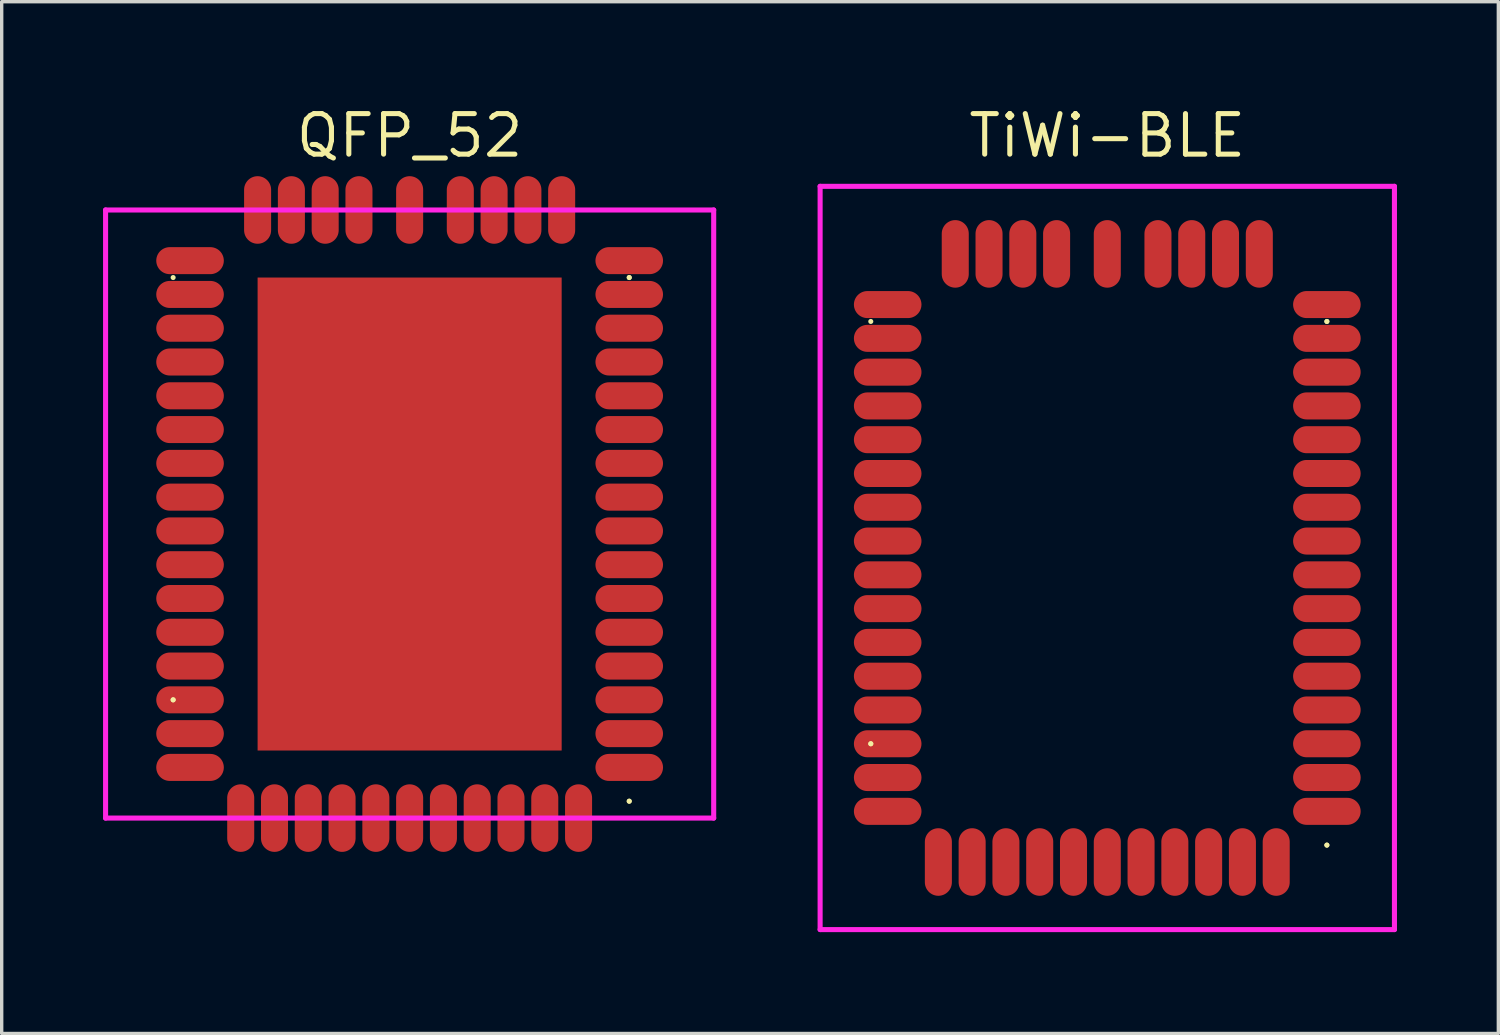
<source format=kicad_pcb>
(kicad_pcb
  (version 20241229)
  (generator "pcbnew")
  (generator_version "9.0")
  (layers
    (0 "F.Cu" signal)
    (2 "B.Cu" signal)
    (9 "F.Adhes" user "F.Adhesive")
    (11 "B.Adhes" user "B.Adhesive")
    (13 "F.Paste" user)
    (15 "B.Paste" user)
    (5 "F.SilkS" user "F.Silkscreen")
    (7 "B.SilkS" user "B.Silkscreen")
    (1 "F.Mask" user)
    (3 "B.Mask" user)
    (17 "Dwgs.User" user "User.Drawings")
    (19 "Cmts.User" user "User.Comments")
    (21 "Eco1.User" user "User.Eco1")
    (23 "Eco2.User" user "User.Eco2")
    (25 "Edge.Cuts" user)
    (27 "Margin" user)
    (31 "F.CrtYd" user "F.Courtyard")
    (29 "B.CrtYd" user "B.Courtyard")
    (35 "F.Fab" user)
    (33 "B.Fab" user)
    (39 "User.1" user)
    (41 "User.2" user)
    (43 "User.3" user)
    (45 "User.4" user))
  (footprint "QFP_52"
    (layer "F.Cu")
    (at 9.075 12.165)
    (property "Reference" "QFP_52" (at 0 -11.2 0) (layer "F.SilkS") (effects (font (size 1.2 1.2) (thickness 0.15))))
    (attr through_hole)
    (fp_line (start -7 -7) (end -7 -7) (stroke (width 0.15) (type solid)) (layer "F.SilkS"))
    (fp_line (start -7 5.5) (end -7 5.5) (stroke (width 0.15) (type solid)) (layer "F.SilkS"))
    (fp_line (start -7 5.5) (end -7 5.5) (stroke (width 0.15) (type solid)) (layer "F.SilkS"))
    (fp_line (start 6.5 -7) (end 6.5 -7) (stroke (width 0.15) (type solid)) (layer "F.SilkS"))
    (fp_line (start 6.5 -7) (end 6.5 -7) (stroke (width 0.15) (type solid)) (layer "F.SilkS"))
    (fp_line (start 6.5 8.5) (end 6.5 8.5) (stroke (width 0.15) (type solid)) (layer "F.SilkS"))
    (fp_line (start 6.5 8.5) (end 6.5 8.5) (stroke (width 0.15) (type solid)) (layer "F.SilkS"))
    (fp_line (start -9 -9) (end 9 -9) (stroke (width 0.15) (type solid)) (layer "F.CrtYd"))
    (fp_line (start -9 9) (end -9 -9) (stroke (width 0.15) (type solid)) (layer "F.CrtYd"))
    (fp_line (start 9 -9) (end 9 9) (stroke (width 0.15) (type solid)) (layer "F.CrtYd"))
    (fp_line (start 9 9) (end -9 9) (stroke (width 0.15) (type solid)) (layer "F.CrtYd"))
    (pad "" smd rect (at 0 0) (size 9 14) (layers "F.Cu" "F.Mask" "F.Paste"))
    (pad "1" smd oval (at -6.5 -7.5 90) (size 0.8 2) (layers "F.Cu" "F.Mask" "F.Paste"))
    (pad "2" smd oval (at -6.5 -6.5 90) (size 0.8 2) (layers "F.Cu" "F.Mask" "F.Paste"))
    (pad "3" smd oval (at -6.5 -5.5 90) (size 0.8 2) (layers "F.Cu" "F.Mask" "F.Paste"))
    (pad "4" smd oval (at -6.5 -4.5 90) (size 0.8 2) (layers "F.Cu" "F.Mask" "F.Paste"))
    (pad "5" smd oval (at -6.5 -3.5 90) (size 0.8 2) (layers "F.Cu" "F.Mask" "F.Paste"))
    (pad "6" smd oval (at -6.5 -2.5 90) (size 0.8 2) (layers "F.Cu" "F.Mask" "F.Paste"))
    (pad "7" smd oval (at -6.5 -1.5 90) (size 0.8 2) (layers "F.Cu" "F.Mask" "F.Paste"))
    (pad "8" smd oval (at -6.5 -0.5 90) (size 0.8 2) (layers "F.Cu" "F.Mask" "F.Paste"))
    (pad "9" smd oval (at -6.5 0.5 90) (size 0.8 2) (layers "F.Cu" "F.Mask" "F.Paste"))
    (pad "10" smd oval (at -6.5 1.5 90) (size 0.8 2) (layers "F.Cu" "F.Mask" "F.Paste"))
    (pad "11" smd oval (at -6.5 2.5 90) (size 0.8 2) (layers "F.Cu" "F.Mask" "F.Paste"))
    (pad "12" smd oval (at -6.5 3.5 90) (size 0.8 2) (layers "F.Cu" "F.Mask" "F.Paste"))
    (pad "13" smd oval (at -6.5 4.5 90) (size 0.8 2) (layers "F.Cu" "F.Mask" "F.Paste"))
    (pad "14" smd oval (at -6.5 5.5 90) (size 0.8 2) (layers "F.Cu" "F.Mask" "F.Paste"))
    (pad "15" smd oval (at -6.5 6.5 90) (size 0.8 2) (layers "F.Cu" "F.Mask" "F.Paste"))
    (pad "16" smd oval (at -6.5 7.5 90) (size 0.8 2) (layers "F.Cu" "F.Mask" "F.Paste"))
    (pad "17" smd oval (at -5 9) (size 0.8 2) (layers "F.Cu" "F.Mask" "F.Paste"))
    (pad "18" smd oval (at -4 9) (size 0.8 2) (layers "F.Cu" "F.Mask" "F.Paste"))
    (pad "19" smd oval (at -3 9) (size 0.8 2) (layers "F.Cu" "F.Mask" "F.Paste"))
    (pad "20" smd oval (at -2 9) (size 0.8 2) (layers "F.Cu" "F.Mask" "F.Paste"))
    (pad "21" smd oval (at -1 9) (size 0.8 2) (layers "F.Cu" "F.Mask" "F.Paste"))
    (pad "22" smd oval (at 0 9) (size 0.8 2) (layers "F.Cu" "F.Mask" "F.Paste"))
    (pad "23" smd oval (at 1 9) (size 0.8 2) (layers "F.Cu" "F.Mask" "F.Paste"))
    (pad "24" smd oval (at 2 9) (size 0.8 2) (layers "F.Cu" "F.Mask" "F.Paste"))
    (pad "25" smd oval (at 3 9) (size 0.8 2) (layers "F.Cu" "F.Mask" "F.Paste"))
    (pad "26" smd oval (at 4 9) (size 0.8 2) (layers "F.Cu" "F.Mask" "F.Paste"))
    (pad "27" smd oval (at 5 9 180) (size 0.8 2) (layers "F.Cu" "F.Mask" "F.Paste"))
    (pad "28" smd oval (at 6.5 7.5 90) (size 0.8 2) (layers "F.Cu" "F.Mask" "F.Paste"))
    (pad "29" smd oval (at 6.5 6.5 90) (size 0.8 2) (layers "F.Cu" "F.Mask" "F.Paste"))
    (pad "30" smd oval (at 6.5 5.5 90) (size 0.8 2) (layers "F.Cu" "F.Mask" "F.Paste"))
    (pad "31" smd oval (at 6.5 4.5 90) (size 0.8 2) (layers "F.Cu" "F.Mask" "F.Paste"))
    (pad "32" smd oval (at 6.5 3.5 90) (size 0.8 2) (layers "F.Cu" "F.Mask" "F.Paste"))
    (pad "33" smd oval (at 6.5 2.5 90) (size 0.8 2) (layers "F.Cu" "F.Mask" "F.Paste"))
    (pad "34" smd oval (at 6.5 1.5 90) (size 0.8 2) (layers "F.Cu" "F.Mask" "F.Paste"))
    (pad "35" smd oval (at 6.5 0.5 90) (size 0.8 2) (layers "F.Cu" "F.Mask" "F.Paste"))
    (pad "36" smd oval (at 6.5 -0.5 90) (size 0.8 2) (layers "F.Cu" "F.Mask" "F.Paste"))
    (pad "37" smd oval (at 6.5 -1.5 90) (size 0.8 2) (layers "F.Cu" "F.Mask" "F.Paste"))
    (pad "38" smd oval (at 6.5 -2.5 90) (size 0.8 2) (layers "F.Cu" "F.Mask" "F.Paste"))
    (pad "39" smd oval (at 6.5 -3.5 90) (size 0.8 2) (layers "F.Cu" "F.Mask" "F.Paste"))
    (pad "40" smd oval (at 6.5 -4.5 270) (size 0.8 2) (layers "F.Cu" "F.Mask" "F.Paste"))
    (pad "41" smd oval (at 6.5 -5.5 270) (size 0.8 2) (layers "F.Cu" "F.Mask" "F.Paste"))
    (pad "42" smd oval (at 6.5 -6.5 270) (size 0.8 2) (layers "F.Cu" "F.Mask" "F.Paste"))
    (pad "43" smd oval (at 6.5 -7.5 270) (size 0.8 2) (layers "F.Cu" "F.Mask" "F.Paste"))
    (pad "44" smd oval (at 4.5 -9) (size 0.8 2) (layers "F.Cu" "F.Mask" "F.Paste"))
    (pad "45" smd oval (at 3.5 -9) (size 0.8 2) (layers "F.Cu" "F.Mask" "F.Paste"))
    (pad "46" smd oval (at 2.5 -9) (size 0.8 2) (layers "F.Cu" "F.Mask" "F.Paste"))
    (pad "47" smd oval (at 1.5 -9) (size 0.8 2) (layers "F.Cu" "F.Mask" "F.Paste"))
    (pad "48" smd oval (at 0 -9) (size 0.8 2) (layers "F.Cu" "F.Mask" "F.Paste"))
    (pad "49" smd oval (at -1.5 -9) (size 0.8 2) (layers "F.Cu" "F.Mask" "F.Paste"))
    (pad "50" smd oval (at -2.5 -9) (size 0.8 2) (layers "F.Cu" "F.Mask" "F.Paste"))
    (pad "51" smd oval (at -3.5 -9) (size 0.8 2) (layers "F.Cu" "F.Mask" "F.Paste"))
    (pad "52" smd oval (at -4.5 -9) (size 0.8 2) (layers "F.Cu" "F.Mask" "F.Paste")))
  (footprint "TiWi-BLE"
    (layer "F.Cu")
    (at 29.725 13.465)
    (property "Reference" "TiWi-BLE" (at 0 -12.5 0) (layer "F.SilkS") (effects (font (size 1.2 1.2) (thickness 0.15))))
    (attr through_hole)
    (fp_line (start -7 -7) (end -7 -7) (stroke (width 0.15) (type solid)) (layer "F.SilkS"))
    (fp_line (start -7 5.5) (end -7 5.5) (stroke (width 0.15) (type solid)) (layer "F.SilkS"))
    (fp_line (start -7 5.5) (end -7 5.5) (stroke (width 0.15) (type solid)) (layer "F.SilkS"))
    (fp_line (start 6.5 -7) (end 6.5 -7) (stroke (width 0.15) (type solid)) (layer "F.SilkS"))
    (fp_line (start 6.5 -7) (end 6.5 -7) (stroke (width 0.15) (type solid)) (layer "F.SilkS"))
    (fp_line (start 6.5 8.5) (end 6.5 8.5) (stroke (width 0.15) (type solid)) (layer "F.SilkS"))
    (fp_line (start 6.5 8.5) (end 6.5 8.5) (stroke (width 0.15) (type solid)) (layer "F.SilkS"))
    (fp_line (start -8.5 -11) (end 8.5 -11) (stroke (width 0.15) (type solid)) (layer "F.CrtYd"))
    (fp_line (start -8.5 11) (end -8.5 -11) (stroke (width 0.15) (type solid)) (layer "F.CrtYd"))
    (fp_line (start 8.5 -11) (end 8.5 11) (stroke (width 0.15) (type solid)) (layer "F.CrtYd"))
    (fp_line (start 8.5 11) (end -8.5 11) (stroke (width 0.15) (type solid)) (layer "F.CrtYd"))
    (pad "1" smd oval (at -6.5 -7.5 90) (size 0.8 2) (layers "F.Cu" "F.Mask" "F.Paste"))
    (pad "2" smd oval (at -6.5 -6.5 90) (size 0.8 2) (layers "F.Cu" "F.Mask" "F.Paste"))
    (pad "3" smd oval (at -6.5 -5.5 90) (size 0.8 2) (layers "F.Cu" "F.Mask" "F.Paste"))
    (pad "4" smd oval (at -6.5 -4.5 90) (size 0.8 2) (layers "F.Cu" "F.Mask" "F.Paste"))
    (pad "5" smd oval (at -6.5 -3.5 90) (size 0.8 2) (layers "F.Cu" "F.Mask" "F.Paste"))
    (pad "6" smd oval (at -6.5 -2.5 90) (size 0.8 2) (layers "F.Cu" "F.Mask" "F.Paste"))
    (pad "7" smd oval (at -6.5 -1.5 90) (size 0.8 2) (layers "F.Cu" "F.Mask" "F.Paste"))
    (pad "8" smd oval (at -6.5 -0.5 90) (size 0.8 2) (layers "F.Cu" "F.Mask" "F.Paste"))
    (pad "9" smd oval (at -6.5 0.5 90) (size 0.8 2) (layers "F.Cu" "F.Mask" "F.Paste"))
    (pad "10" smd oval (at -6.5 1.5 90) (size 0.8 2) (layers "F.Cu" "F.Mask" "F.Paste"))
    (pad "11" smd oval (at -6.5 2.5 90) (size 0.8 2) (layers "F.Cu" "F.Mask" "F.Paste"))
    (pad "12" smd oval (at -6.5 3.5 90) (size 0.8 2) (layers "F.Cu" "F.Mask" "F.Paste"))
    (pad "13" smd oval (at -6.5 4.5 90) (size 0.8 2) (layers "F.Cu" "F.Mask" "F.Paste"))
    (pad "14" smd oval (at -6.5 5.5 90) (size 0.8 2) (layers "F.Cu" "F.Mask" "F.Paste"))
    (pad "15" smd oval (at -6.5 6.5 90) (size 0.8 2) (layers "F.Cu" "F.Mask" "F.Paste"))
    (pad "16" smd oval (at -6.5 7.5 90) (size 0.8 2) (layers "F.Cu" "F.Mask" "F.Paste"))
    (pad "17" smd oval (at -5 9) (size 0.8 2) (layers "F.Cu" "F.Mask" "F.Paste"))
    (pad "18" smd oval (at -4 9) (size 0.8 2) (layers "F.Cu" "F.Mask" "F.Paste"))
    (pad "19" smd oval (at -3 9) (size 0.8 2) (layers "F.Cu" "F.Mask" "F.Paste"))
    (pad "20" smd oval (at -2 9) (size 0.8 2) (layers "F.Cu" "F.Mask" "F.Paste"))
    (pad "21" smd oval (at -1 9) (size 0.8 2) (layers "F.Cu" "F.Mask" "F.Paste"))
    (pad "22" smd oval (at 0 9) (size 0.8 2) (layers "F.Cu" "F.Mask" "F.Paste"))
    (pad "23" smd oval (at 1 9) (size 0.8 2) (layers "F.Cu" "F.Mask" "F.Paste"))
    (pad "24" smd oval (at 2 9) (size 0.8 2) (layers "F.Cu" "F.Mask" "F.Paste"))
    (pad "25" smd oval (at 3 9) (size 0.8 2) (layers "F.Cu" "F.Mask" "F.Paste"))
    (pad "26" smd oval (at 4 9) (size 0.8 2) (layers "F.Cu" "F.Mask" "F.Paste"))
    (pad "27" smd oval (at 5 9 180) (size 0.8 2) (layers "F.Cu" "F.Mask" "F.Paste"))
    (pad "28" smd oval (at 6.5 7.5 90) (size 0.8 2) (layers "F.Cu" "F.Mask" "F.Paste"))
    (pad "29" smd oval (at 6.5 6.5 90) (size 0.8 2) (layers "F.Cu" "F.Mask" "F.Paste"))
    (pad "30" smd oval (at 6.5 5.5 90) (size 0.8 2) (layers "F.Cu" "F.Mask" "F.Paste"))
    (pad "31" smd oval (at 6.5 4.5 90) (size 0.8 2) (layers "F.Cu" "F.Mask" "F.Paste"))
    (pad "32" smd oval (at 6.5 3.5 90) (size 0.8 2) (layers "F.Cu" "F.Mask" "F.Paste"))
    (pad "33" smd oval (at 6.5 2.5 90) (size 0.8 2) (layers "F.Cu" "F.Mask" "F.Paste"))
    (pad "34" smd oval (at 6.5 1.5 90) (size 0.8 2) (layers "F.Cu" "F.Mask" "F.Paste"))
    (pad "35" smd oval (at 6.5 0.5 90) (size 0.8 2) (layers "F.Cu" "F.Mask" "F.Paste"))
    (pad "36" smd oval (at 6.5 -0.5 90) (size 0.8 2) (layers "F.Cu" "F.Mask" "F.Paste"))
    (pad "37" smd oval (at 6.5 -1.5 90) (size 0.8 2) (layers "F.Cu" "F.Mask" "F.Paste"))
    (pad "38" smd oval (at 6.5 -2.5 90) (size 0.8 2) (layers "F.Cu" "F.Mask" "F.Paste"))
    (pad "39" smd oval (at 6.5 -3.5 90) (size 0.8 2) (layers "F.Cu" "F.Mask" "F.Paste"))
    (pad "40" smd oval (at 6.5 -4.5 270) (size 0.8 2) (layers "F.Cu" "F.Mask" "F.Paste"))
    (pad "41" smd oval (at 6.5 -5.5 270) (size 0.8 2) (layers "F.Cu" "F.Mask" "F.Paste"))
    (pad "42" smd oval (at 6.5 -6.5 270) (size 0.8 2) (layers "F.Cu" "F.Mask" "F.Paste"))
    (pad "43" smd oval (at 6.5 -7.5 270) (size 0.8 2) (layers "F.Cu" "F.Mask" "F.Paste"))
    (pad "44" smd oval (at 4.5 -9) (size 0.8 2) (layers "F.Cu" "F.Mask" "F.Paste"))
    (pad "45" smd oval (at 3.5 -9) (size 0.8 2) (layers "F.Cu" "F.Mask" "F.Paste"))
    (pad "46" smd oval (at 2.5 -9) (size 0.8 2) (layers "F.Cu" "F.Mask" "F.Paste"))
    (pad "47" smd oval (at 1.5 -9) (size 0.8 2) (layers "F.Cu" "F.Mask" "F.Paste"))
    (pad "48" smd oval (at 0 -9) (size 0.8 2) (layers "F.Cu" "F.Mask" "F.Paste"))
    (pad "49" smd oval (at -1.5 -9) (size 0.8 2) (layers "F.Cu" "F.Mask" "F.Paste"))
    (pad "50" smd oval (at -2.5 -9) (size 0.8 2) (layers "F.Cu" "F.Mask" "F.Paste"))
    (pad "51" smd oval (at -3.5 -9) (size 0.8 2) (layers "F.Cu" "F.Mask" "F.Paste"))
    (pad "52" smd oval (at -4.5 -9) (size 0.8 2) (layers "F.Cu" "F.Mask" "F.Paste")))
  (gr_rect
    (start -3 -3)
    (end 41.3 27.54)
    (stroke (width 0.1) (type default))
    (fill no)
    (layer "Edge.Cuts")))
</source>
